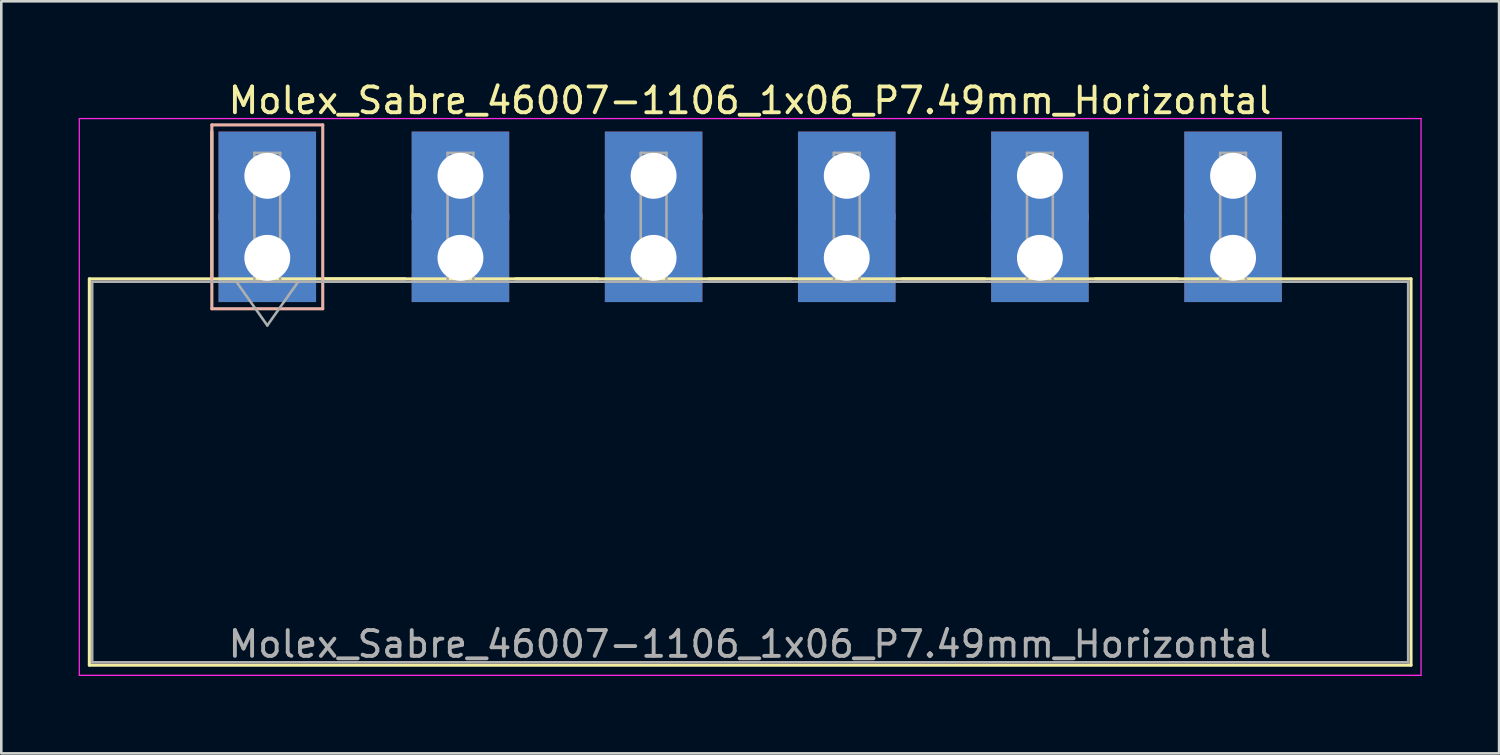
<source format=kicad_pcb>
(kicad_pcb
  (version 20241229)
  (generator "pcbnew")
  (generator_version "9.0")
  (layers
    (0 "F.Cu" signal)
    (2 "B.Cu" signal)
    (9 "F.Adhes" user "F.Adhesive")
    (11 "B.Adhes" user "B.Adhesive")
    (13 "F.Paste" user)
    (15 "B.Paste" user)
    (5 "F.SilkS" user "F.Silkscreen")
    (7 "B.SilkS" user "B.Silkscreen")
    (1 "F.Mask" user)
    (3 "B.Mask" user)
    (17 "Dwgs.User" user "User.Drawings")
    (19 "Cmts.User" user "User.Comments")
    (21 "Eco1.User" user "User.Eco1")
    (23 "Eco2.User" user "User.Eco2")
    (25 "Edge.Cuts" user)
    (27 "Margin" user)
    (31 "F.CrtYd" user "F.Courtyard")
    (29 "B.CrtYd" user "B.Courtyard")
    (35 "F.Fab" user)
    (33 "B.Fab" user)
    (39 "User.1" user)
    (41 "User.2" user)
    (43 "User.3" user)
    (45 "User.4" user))
  (footprint "Molex_Sabre_46007-1106_1x06_P7.49mm_Horizontal"
    (layer "F.Cu")
    (at 7.315 6.948)
    (property "Reference" "Molex_Sabre_46007-1106_1x06_P7.49mm_Horizontal" (at 18.72 -6.1 0) (layer "F.SilkS") (effects (font (size 1 1) (thickness 0.15))))
    (attr through_hole)
    (fp_line (start -6.9 0.815) (end -6.9 15.795) (stroke (width 0.12) (type solid)) (layer "F.SilkS"))
    (fp_line (start -6.9 15.795) (end 44.35 15.795) (stroke (width 0.12) (type solid)) (layer "F.SilkS"))
    (fp_line (start -2.15 0.815) (end -2.15 -4.895) (stroke (width 0.12) (type solid)) (layer "F.SilkS"))
    (fp_line (start 2.15 0.815) (end 5.34 0.815) (stroke (width 0.12) (type solid)) (layer "F.SilkS"))
    (fp_line (start 9.64 0.815) (end 12.83 0.815) (stroke (width 0.12) (type solid)) (layer "F.SilkS"))
    (fp_line (start 17.13 0.815) (end 20.32 0.815) (stroke (width 0.12) (type solid)) (layer "F.SilkS"))
    (fp_line (start 24.62 0.815) (end 27.81 0.815) (stroke (width 0.12) (type solid)) (layer "F.SilkS"))
    (fp_line (start 32.11 0.815) (end 35.3 0.815) (stroke (width 0.12) (type solid)) (layer "F.SilkS"))
    (fp_line (start 44.35 0.815) (end -6.9 0.815) (stroke (width 0.12) (type solid)) (layer "F.SilkS"))
    (fp_line (start 44.35 15.795) (end 44.35 0.815) (stroke (width 0.12) (type solid)) (layer "F.SilkS"))
    (fp_line (start -2.15 -5.155) (end -2.15 1.975) (stroke (width 0.12) (type solid)) (layer "B.SilkS"))
    (fp_line (start -2.15 1.975) (end 2.15 1.975) (stroke (width 0.12) (type solid)) (layer "B.SilkS"))
    (fp_line (start 2.15 -5.155) (end -2.15 -5.155) (stroke (width 0.12) (type solid)) (layer "B.SilkS"))
    (fp_line (start 2.15 1.975) (end 2.15 -5.155) (stroke (width 0.12) (type solid)) (layer "B.SilkS"))
    (fp_line (start -7.29 -5.4) (end -7.29 16.19) (stroke (width 0.05) (type solid)) (layer "F.CrtYd"))
    (fp_line (start -7.29 16.19) (end 44.74 16.19) (stroke (width 0.05) (type solid)) (layer "F.CrtYd"))
    (fp_line (start 44.74 -5.4) (end -7.29 -5.4) (stroke (width 0.05) (type solid)) (layer "F.CrtYd"))
    (fp_line (start 44.74 16.19) (end 44.74 -5.4) (stroke (width 0.05) (type solid)) (layer "F.CrtYd"))
    (fp_line (start -6.79 0.925) (end -6.79 15.685) (stroke (width 0.1) (type solid)) (layer "F.Fab"))
    (fp_line (start -6.79 15.685) (end 44.24 15.685) (stroke (width 0.1) (type solid)) (layer "F.Fab"))
    (fp_line (start -1.2 0.925) (end 0 2.622) (stroke (width 0.1) (type solid)) (layer "F.Fab"))
    (fp_line (start -0.5 -4.07) (end 0.5 -4.07) (stroke (width 0.1) (type solid)) (layer "F.Fab"))
    (fp_line (start -0.5 0.925) (end -0.5 -4.07) (stroke (width 0.1) (type solid)) (layer "F.Fab"))
    (fp_line (start 0 2.622) (end 1.2 0.925) (stroke (width 0.1) (type solid)) (layer "F.Fab"))
    (fp_line (start 0.5 -4.07) (end 0.5 0.925) (stroke (width 0.1) (type solid)) (layer "F.Fab"))
    (fp_line (start 0.5 0.925) (end -0.5 0.925) (stroke (width 0.1) (type solid)) (layer "F.Fab"))
    (fp_line (start 6.99 -4.07) (end 7.99 -4.07) (stroke (width 0.1) (type solid)) (layer "F.Fab"))
    (fp_line (start 6.99 0.925) (end 6.99 -4.07) (stroke (width 0.1) (type solid)) (layer "F.Fab"))
    (fp_line (start 7.99 -4.07) (end 7.99 0.925) (stroke (width 0.1) (type solid)) (layer "F.Fab"))
    (fp_line (start 7.99 0.925) (end 6.99 0.925) (stroke (width 0.1) (type solid)) (layer "F.Fab"))
    (fp_line (start 14.48 -4.07) (end 15.48 -4.07) (stroke (width 0.1) (type solid)) (layer "F.Fab"))
    (fp_line (start 14.48 0.925) (end 14.48 -4.07) (stroke (width 0.1) (type solid)) (layer "F.Fab"))
    (fp_line (start 15.48 -4.07) (end 15.48 0.925) (stroke (width 0.1) (type solid)) (layer "F.Fab"))
    (fp_line (start 15.48 0.925) (end 14.48 0.925) (stroke (width 0.1) (type solid)) (layer "F.Fab"))
    (fp_line (start 21.97 -4.07) (end 22.97 -4.07) (stroke (width 0.1) (type solid)) (layer "F.Fab"))
    (fp_line (start 21.97 0.925) (end 21.97 -4.07) (stroke (width 0.1) (type solid)) (layer "F.Fab"))
    (fp_line (start 22.97 -4.07) (end 22.97 0.925) (stroke (width 0.1) (type solid)) (layer "F.Fab"))
    (fp_line (start 22.97 0.925) (end 21.97 0.925) (stroke (width 0.1) (type solid)) (layer "F.Fab"))
    (fp_line (start 29.46 -4.07) (end 30.46 -4.07) (stroke (width 0.1) (type solid)) (layer "F.Fab"))
    (fp_line (start 29.46 0.925) (end 29.46 -4.07) (stroke (width 0.1) (type solid)) (layer "F.Fab"))
    (fp_line (start 30.46 -4.07) (end 30.46 0.925) (stroke (width 0.1) (type solid)) (layer "F.Fab"))
    (fp_line (start 30.46 0.925) (end 29.46 0.925) (stroke (width 0.1) (type solid)) (layer "F.Fab"))
    (fp_line (start 36.95 -4.07) (end 37.95 -4.07) (stroke (width 0.1) (type solid)) (layer "F.Fab"))
    (fp_line (start 36.95 0.925) (end 36.95 -4.07) (stroke (width 0.1) (type solid)) (layer "F.Fab"))
    (fp_line (start 37.95 -4.07) (end 37.95 0.925) (stroke (width 0.1) (type solid)) (layer "F.Fab"))
    (fp_line (start 37.95 0.925) (end 36.95 0.925) (stroke (width 0.1) (type solid)) (layer "F.Fab"))
    (fp_line (start 44.24 0.925) (end -6.79 0.925) (stroke (width 0.1) (type solid)) (layer "F.Fab"))
    (fp_line (start 44.24 15.685) (end 44.24 0.925) (stroke (width 0.1) (type solid)) (layer "F.Fab"))
    (fp_text user "${REFERENCE}" (at 18.72 14.98 0) (layer "F.Fab") (effects (font (size 1 1) (thickness 0.15))))
    (pad "1" thru_hole rect (at 0 -3.18) (size 3.78 3.43) (drill 1.78) (layers "*.Cu" "*.Mask"))
    (pad "1" thru_hole rect (at 0 0) (size 3.78 3.43) (drill 1.78) (layers "*.Cu" "*.Mask"))
    (pad "2" thru_hole rect (at 7.49 -3.18) (size 3.78 3.43) (drill 1.78) (layers "*.Cu" "*.Mask"))
    (pad "2" thru_hole rect (at 7.49 0) (size 3.78 3.43) (drill 1.78) (layers "*.Cu" "*.Mask"))
    (pad "3" thru_hole rect (at 14.98 -3.18) (size 3.78 3.43) (drill 1.78) (layers "*.Cu" "*.Mask"))
    (pad "3" thru_hole rect (at 14.98 0) (size 3.78 3.43) (drill 1.78) (layers "*.Cu" "*.Mask"))
    (pad "4" thru_hole rect (at 22.47 -3.18) (size 3.78 3.43) (drill 1.78) (layers "*.Cu" "*.Mask"))
    (pad "4" thru_hole rect (at 22.47 0) (size 3.78 3.43) (drill 1.78) (layers "*.Cu" "*.Mask"))
    (pad "5" thru_hole rect (at 29.96 -3.18) (size 3.78 3.43) (drill 1.78) (layers "*.Cu" "*.Mask"))
    (pad "5" thru_hole rect (at 29.96 0) (size 3.78 3.43) (drill 1.78) (layers "*.Cu" "*.Mask"))
    (pad "6" thru_hole rect (at 37.45 -3.18) (size 3.78 3.43) (drill 1.78) (layers "*.Cu" "*.Mask"))
    (pad "6" thru_hole rect (at 37.45 0) (size 3.78 3.43) (drill 1.78) (layers "*.Cu" "*.Mask")))
  (gr_rect
    (start -3 -3)
    (end 55.08 26.163)
    (stroke (width 0.1) (type default))
    (fill no)
    (layer "Edge.Cuts")))
</source>
